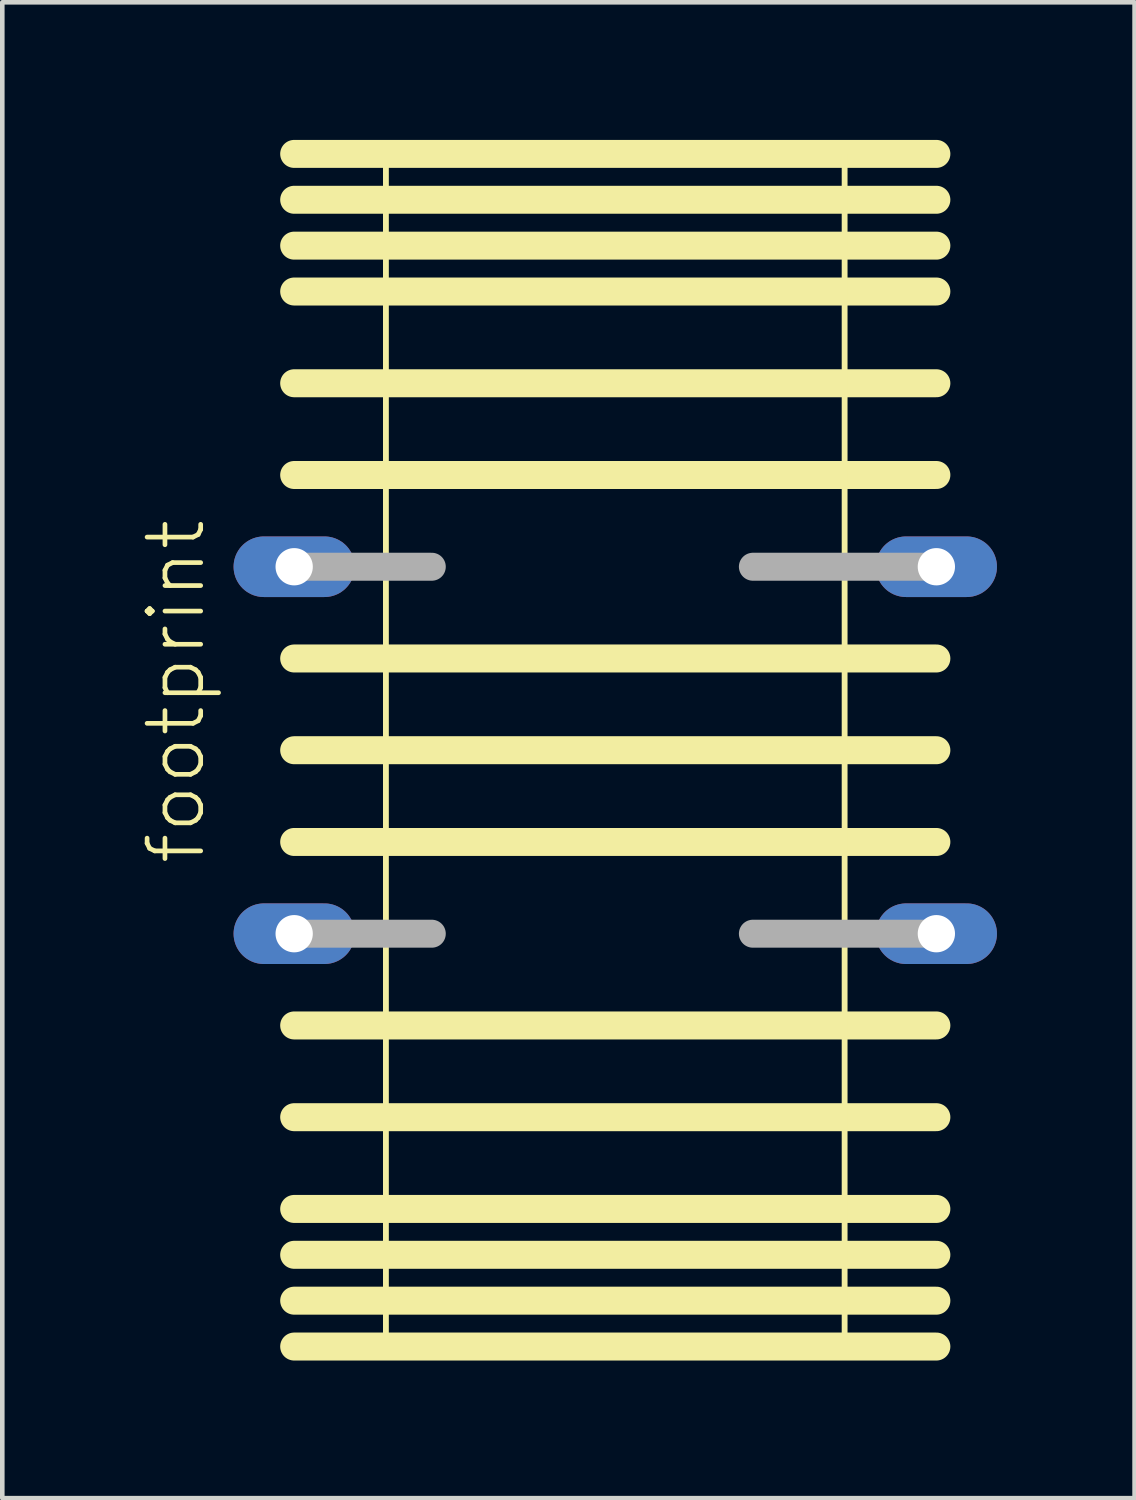
<source format=kicad_pcb>
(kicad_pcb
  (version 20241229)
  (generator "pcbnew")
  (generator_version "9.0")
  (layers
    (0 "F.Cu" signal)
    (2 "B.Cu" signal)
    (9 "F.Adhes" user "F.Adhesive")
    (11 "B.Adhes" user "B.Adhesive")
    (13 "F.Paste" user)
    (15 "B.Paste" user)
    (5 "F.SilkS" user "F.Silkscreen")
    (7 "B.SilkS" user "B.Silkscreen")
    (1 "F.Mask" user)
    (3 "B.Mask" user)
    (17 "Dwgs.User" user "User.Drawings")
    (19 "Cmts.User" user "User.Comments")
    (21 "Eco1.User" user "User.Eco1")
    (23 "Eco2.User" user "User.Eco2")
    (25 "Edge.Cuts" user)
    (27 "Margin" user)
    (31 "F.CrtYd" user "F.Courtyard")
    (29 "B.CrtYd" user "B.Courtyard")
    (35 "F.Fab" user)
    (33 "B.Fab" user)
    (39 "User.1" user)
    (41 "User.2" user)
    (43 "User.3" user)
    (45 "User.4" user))
  (footprint "footprint"
    (layer "F.Cu")
    (at 10.363 13.305)
    (property "Reference" "footprint" (at -8.89 2.54 90) (layer "F.SilkS") (effects (font (size 1.168 1.168) (thickness 0.102)) (justify left bottom)))
    (fp_line (start -7 -13) (end 7 -13) (stroke (width 0.61) (type solid)) (layer "F.SilkS"))
    (fp_line (start -7 -12) (end 7 -12) (stroke (width 0.61) (type solid)) (layer "F.SilkS"))
    (fp_line (start -7 -11) (end 7 -11) (stroke (width 0.61) (type solid)) (layer "F.SilkS"))
    (fp_line (start -7 -10) (end 7 -10) (stroke (width 0.61) (type solid)) (layer "F.SilkS"))
    (fp_line (start -7 -8) (end 7 -8) (stroke (width 0.61) (type solid)) (layer "F.SilkS"))
    (fp_line (start -7 -6) (end 7 -6) (stroke (width 0.61) (type solid)) (layer "F.SilkS"))
    (fp_line (start -7 -2) (end 7 -2) (stroke (width 0.61) (type solid)) (layer "F.SilkS"))
    (fp_line (start -7 0) (end 7 0) (stroke (width 0.61) (type solid)) (layer "F.SilkS"))
    (fp_line (start -7 2) (end 7 2) (stroke (width 0.61) (type solid)) (layer "F.SilkS"))
    (fp_line (start -7 6) (end 7 6) (stroke (width 0.61) (type solid)) (layer "F.SilkS"))
    (fp_line (start -7 8) (end 7 8) (stroke (width 0.61) (type solid)) (layer "F.SilkS"))
    (fp_line (start -7 10) (end 7 10) (stroke (width 0.61) (type solid)) (layer "F.SilkS"))
    (fp_line (start -7 11) (end 7 11) (stroke (width 0.61) (type solid)) (layer "F.SilkS"))
    (fp_line (start -7 12) (end 7 12) (stroke (width 0.61) (type solid)) (layer "F.SilkS"))
    (fp_line (start -7 13) (end 7 13) (stroke (width 0.61) (type solid)) (layer "F.SilkS"))
    (fp_line (start -5 -13) (end 5 -13) (stroke (width 0.127) (type solid)) (layer "F.SilkS"))
    (fp_line (start -5 13) (end -5 -13) (stroke (width 0.127) (type solid)) (layer "F.SilkS"))
    (fp_line (start 5 -13) (end 5 13) (stroke (width 0.127) (type solid)) (layer "F.SilkS"))
    (fp_line (start 5 13) (end -5 13) (stroke (width 0.127) (type solid)) (layer "F.SilkS"))
    (fp_line (start -7 -4) (end -4 -4) (stroke (width 0.61) (type solid)) (layer "F.Fab"))
    (fp_line (start -7 4) (end -4 4) (stroke (width 0.61) (type solid)) (layer "F.Fab"))
    (fp_line (start 3 -4) (end 7 -4) (stroke (width 0.61) (type solid)) (layer "F.Fab"))
    (fp_line (start 3 4) (end 7 4) (stroke (width 0.61) (type solid)) (layer "F.Fab"))
    (pad "1" thru_hole oval (at -7 -4) (size 2.642 1.321) (drill 0.813) (layers "*.Cu" "*.Mask"))
    (pad "2" thru_hole oval (at 7 -4) (size 2.642 1.321) (drill 0.813) (layers "*.Cu" "*.Mask"))
    (pad "3" thru_hole oval (at -7 4) (size 2.642 1.321) (drill 0.813) (layers "*.Cu" "*.Mask"))
    (pad "4" thru_hole oval (at 7 4) (size 2.642 1.321) (drill 0.813) (layers "*.Cu" "*.Mask")))
  (gr_rect
    (start -3 -3)
    (end 21.684 29.61)
    (stroke (width 0.1) (type default))
    (fill no)
    (layer "Edge.Cuts")))
</source>
